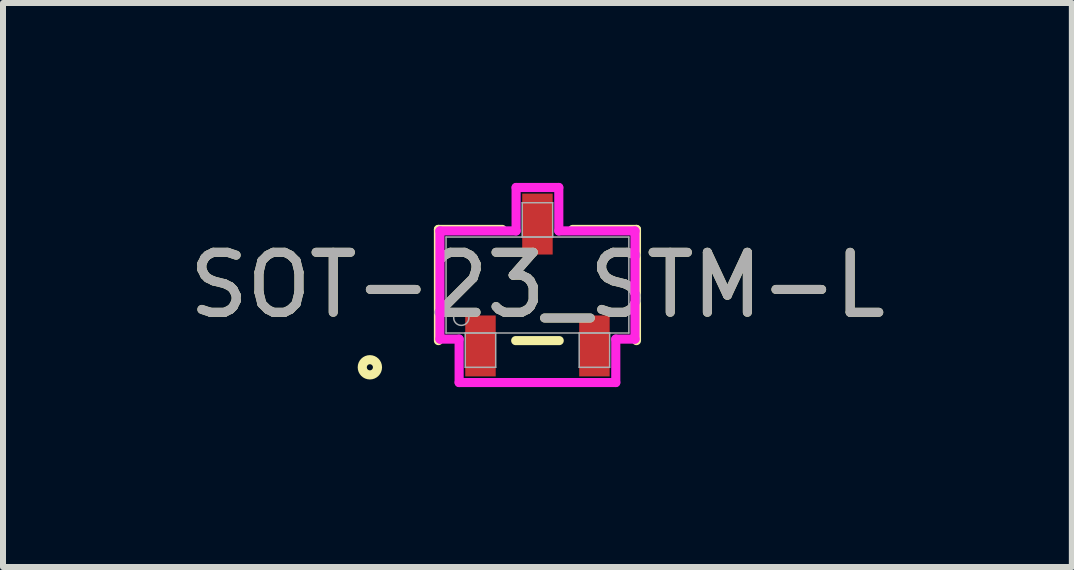
<source format=kicad_pcb>
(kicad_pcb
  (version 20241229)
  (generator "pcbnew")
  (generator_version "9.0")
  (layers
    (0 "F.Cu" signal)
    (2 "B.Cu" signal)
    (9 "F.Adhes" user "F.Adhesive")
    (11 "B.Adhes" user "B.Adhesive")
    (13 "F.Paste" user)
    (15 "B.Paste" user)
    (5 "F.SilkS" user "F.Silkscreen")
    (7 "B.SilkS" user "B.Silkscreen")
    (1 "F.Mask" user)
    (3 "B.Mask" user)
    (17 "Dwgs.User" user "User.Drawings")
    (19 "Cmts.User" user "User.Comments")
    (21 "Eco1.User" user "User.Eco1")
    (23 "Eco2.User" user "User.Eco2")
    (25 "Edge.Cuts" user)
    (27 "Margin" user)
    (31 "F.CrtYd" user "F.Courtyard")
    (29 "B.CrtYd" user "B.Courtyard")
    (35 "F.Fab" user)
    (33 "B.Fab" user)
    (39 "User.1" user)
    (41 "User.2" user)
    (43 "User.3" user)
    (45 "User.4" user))
  (footprint "SOT-23_STM-L"
    (layer "F.Cu")
    (at 5.911 1.702)
    (property "Reference" "SOT-23_STM-L" (at 0 0 0) (unlocked yes) (layer "F.SilkS") (effects (font (size 1 1) (thickness 0.15))))
    (attr smd)
    (fp_line (start -1.651 -0.927) (end -1.651 0.927) (stroke (width 0.152) (type solid)) (layer "F.SilkS"))
    (fp_line (start -0.587 -0.927) (end -1.651 -0.927) (stroke (width 0.152) (type solid)) (layer "F.SilkS"))
    (fp_line (start -0.363 0.927) (end 0.363 0.927) (stroke (width 0.152) (type solid)) (layer "F.SilkS"))
    (fp_line (start 1.651 -0.927) (end 0.587 -0.927) (stroke (width 0.152) (type solid)) (layer "F.SilkS"))
    (fp_line (start 1.651 0.927) (end 1.651 -0.927) (stroke (width 0.152) (type solid)) (layer "F.SilkS"))
    (fp_circle (center -2.794 1.372) (end -2.667 1.372) (stroke (width 0.152) (type solid)) (fill no) (layer "F.SilkS"))
    (fp_line (start -1.626 -0.902) (end -0.356 -0.902) (stroke (width 0.152) (type solid)) (layer "F.CrtYd"))
    (fp_line (start -1.626 0.902) (end -1.626 -0.902) (stroke (width 0.152) (type solid)) (layer "F.CrtYd"))
    (fp_line (start -1.626 0.902) (end -1.306 0.902) (stroke (width 0.152) (type solid)) (layer "F.CrtYd"))
    (fp_line (start -1.306 0.902) (end -1.306 1.626) (stroke (width 0.152) (type solid)) (layer "F.CrtYd"))
    (fp_line (start -1.306 1.626) (end 1.306 1.626) (stroke (width 0.152) (type solid)) (layer "F.CrtYd"))
    (fp_line (start -0.356 -1.626) (end 0.356 -1.626) (stroke (width 0.152) (type solid)) (layer "F.CrtYd"))
    (fp_line (start -0.356 -0.902) (end -0.356 -1.626) (stroke (width 0.152) (type solid)) (layer "F.CrtYd"))
    (fp_line (start 0.356 -0.902) (end 0.356 -1.626) (stroke (width 0.152) (type solid)) (layer "F.CrtYd"))
    (fp_line (start 1.306 0.902) (end 1.306 1.626) (stroke (width 0.152) (type solid)) (layer "F.CrtYd"))
    (fp_line (start 1.626 -0.902) (end 0.356 -0.902) (stroke (width 0.152) (type solid)) (layer "F.CrtYd"))
    (fp_line (start 1.626 -0.902) (end 1.626 0.902) (stroke (width 0.152) (type solid)) (layer "F.CrtYd"))
    (fp_line (start 1.626 0.902) (end 1.306 0.902) (stroke (width 0.152) (type solid)) (layer "F.CrtYd"))
    (fp_line (start -1.524 -0.8) (end -1.524 0.8) (stroke (width 0.025) (type solid)) (layer "F.Fab"))
    (fp_line (start -1.524 0.8) (end 1.524 0.8) (stroke (width 0.025) (type solid)) (layer "F.Fab"))
    (fp_line (start -1.204 0.8) (end -1.204 1.372) (stroke (width 0.025) (type solid)) (layer "F.Fab"))
    (fp_line (start -1.204 1.372) (end -0.696 1.372) (stroke (width 0.025) (type solid)) (layer "F.Fab"))
    (fp_line (start -0.696 0.8) (end -1.204 0.8) (stroke (width 0.025) (type solid)) (layer "F.Fab"))
    (fp_line (start -0.696 1.372) (end -0.696 0.8) (stroke (width 0.025) (type solid)) (layer "F.Fab"))
    (fp_line (start -0.254 -1.372) (end -0.254 -0.8) (stroke (width 0.025) (type solid)) (layer "F.Fab"))
    (fp_line (start -0.254 -0.8) (end 0.254 -0.8) (stroke (width 0.025) (type solid)) (layer "F.Fab"))
    (fp_line (start 0.254 -1.372) (end -0.254 -1.372) (stroke (width 0.025) (type solid)) (layer "F.Fab"))
    (fp_line (start 0.254 -0.8) (end 0.254 -1.372) (stroke (width 0.025) (type solid)) (layer "F.Fab"))
    (fp_line (start 0.696 0.8) (end 0.696 1.372) (stroke (width 0.025) (type solid)) (layer "F.Fab"))
    (fp_line (start 0.696 1.372) (end 1.204 1.372) (stroke (width 0.025) (type solid)) (layer "F.Fab"))
    (fp_line (start 1.204 0.8) (end 0.696 0.8) (stroke (width 0.025) (type solid)) (layer "F.Fab"))
    (fp_line (start 1.204 1.372) (end 1.204 0.8) (stroke (width 0.025) (type solid)) (layer "F.Fab"))
    (fp_line (start 1.524 -0.8) (end -1.524 -0.8) (stroke (width 0.025) (type solid)) (layer "F.Fab"))
    (fp_line (start 1.524 0.8) (end 1.524 -0.8) (stroke (width 0.025) (type solid)) (layer "F.Fab"))
    (fp_circle (center -1.27 0.546) (end -1.143 0.546) (stroke (width 0.025) (type solid)) (fill no) (layer "F.Fab"))
    (fp_text user "${REFERENCE}" (at 0 0 0) (unlocked yes) (layer "F.Fab") (effects (font (size 1 1) (thickness 0.15))))
    (pad "1" smd rect (at -0.95 1.016) (size 0.508 1.016) (layers "F.Cu" "F.Mask" "F.Paste"))
    (pad "2" smd rect (at 0.95 1.016) (size 0.508 1.016) (layers "F.Cu" "F.Mask" "F.Paste"))
    (pad "3" smd rect (at 0 -1.016) (size 0.508 1.016) (layers "F.Cu" "F.Mask" "F.Paste")))
  (gr_rect
    (start -3 -3)
    (end 14.821 6.404)
    (stroke (width 0.1) (type default))
    (fill no)
    (layer "Edge.Cuts")))
</source>
